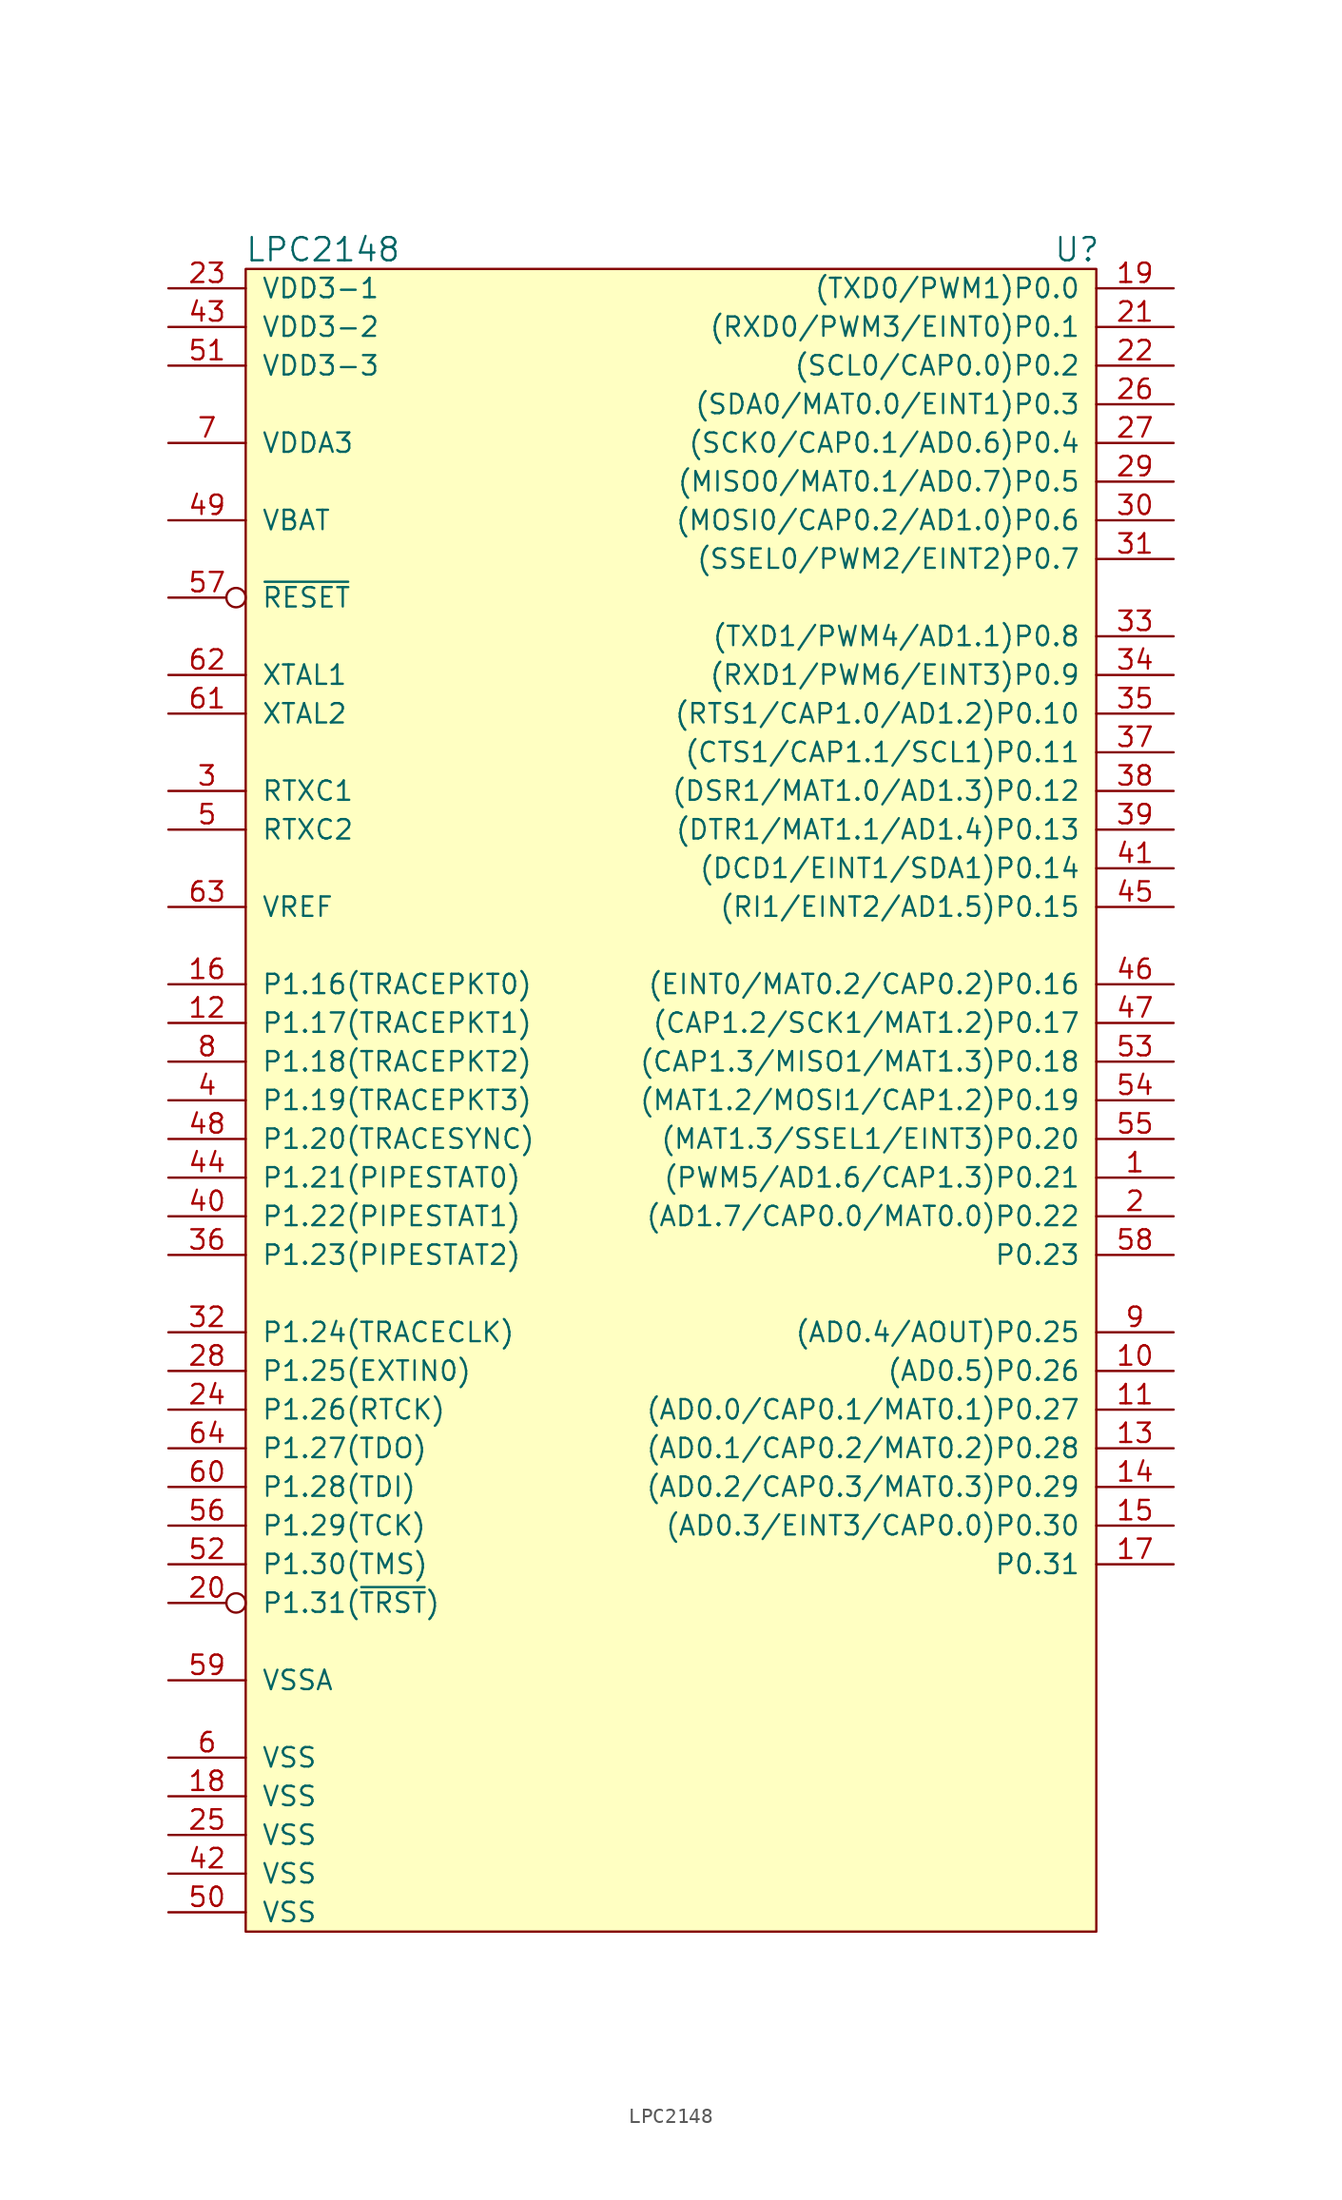
<source format=kicad_sym>
(kicad_symbol_lib
  (version 20211014)
  (generator kicad_symbol_editor)
  (symbol "LPC2148"
    (pin_names
      (offset 1.016))
    (property "Reference" "U"
      (at 59.69 35.56 0)
      (effects (font (size 1.524 1.524))))
    (property "Value" "LPC2148"
      (at 10.16 35.56 0)
      (effects (font (size 1.524 1.524))))
    (symbol "LPC2148_0_1"
      (rectangle (start 5.08 34.29) (end 60.96 -74.93) (stroke (width 0) (type default) (color 0 0 0 0)) (fill (type background))))
    (symbol "LPC2148_1_1"
      (pin bidirectional line (at 66.04 -25.4 180) (length 5.08) (name "(PWM5/AD1.6/CAP1.3)P0.21" (effects (font (size 1.27 1.27)))) (number "1" (effects (font (size 1.27 1.27)))))
      (pin bidirectional line (at 66.04 -38.1 180) (length 5.08) (name "(AD0.5)P0.26" (effects (font (size 1.27 1.27)))) (number "10" (effects (font (size 1.27 1.27)))))
      (pin bidirectional line (at 66.04 -40.64 180) (length 5.08) (name "(AD0.0/CAP0.1/MAT0.1)P0.27" (effects (font (size 1.27 1.27)))) (number "11" (effects (font (size 1.27 1.27)))))
      (pin bidirectional line (at 0 -15.24 0) (length 5.08) (name "P1.17(TRACEPKT1)" (effects (font (size 1.27 1.27)))) (number "12" (effects (font (size 1.27 1.27)))))
      (pin bidirectional line (at 66.04 -43.18 180) (length 5.08) (name "(AD0.1/CAP0.2/MAT0.2)P0.28" (effects (font (size 1.27 1.27)))) (number "13" (effects (font (size 1.27 1.27)))))
      (pin bidirectional line (at 66.04 -45.72 180) (length 5.08) (name "(AD0.2/CAP0.3/MAT0.3)P0.29" (effects (font (size 1.27 1.27)))) (number "14" (effects (font (size 1.27 1.27)))))
      (pin bidirectional line (at 66.04 -48.26 180) (length 5.08) (name "(AD0.3/EINT3/CAP0.0)P0.30" (effects (font (size 1.27 1.27)))) (number "15" (effects (font (size 1.27 1.27)))))
      (pin bidirectional line (at 0 -12.7 0) (length 5.08) (name "P1.16(TRACEPKT0)" (effects (font (size 1.27 1.27)))) (number "16" (effects (font (size 1.27 1.27)))))
      (pin bidirectional line (at 66.04 -50.8 180) (length 5.08) (name "P0.31" (effects (font (size 1.27 1.27)))) (number "17" (effects (font (size 1.27 1.27)))))
      (pin power_in line (at 0 -66.04 0) (length 5.08) (name "VSS" (effects (font (size 1.27 1.27)))) (number "18" (effects (font (size 1.27 1.27)))))
      (pin bidirectional line (at 66.04 33.02 180) (length 5.08) (name "(TXD0/PWM1)P0.0" (effects (font (size 1.27 1.27)))) (number "19" (effects (font (size 1.27 1.27)))))
      (pin bidirectional line (at 66.04 -27.94 180) (length 5.08) (name "(AD1.7/CAP0.0/MAT0.0)P0.22" (effects (font (size 1.27 1.27)))) (number "2" (effects (font (size 1.27 1.27)))))
      (pin bidirectional inverted (at 0 -53.34 0) (length 5.08) (name "P1.31(~{TRST})" (effects (font (size 1.27 1.27)))) (number "20" (effects (font (size 1.27 1.27)))))
      (pin bidirectional line (at 66.04 30.48 180) (length 5.08) (name "(RXD0/PWM3/EINT0)P0.1" (effects (font (size 1.27 1.27)))) (number "21" (effects (font (size 1.27 1.27)))))
      (pin bidirectional line (at 66.04 27.94 180) (length 5.08) (name "(SCL0/CAP0.0)P0.2" (effects (font (size 1.27 1.27)))) (number "22" (effects (font (size 1.27 1.27)))))
      (pin power_in line (at 0 33.02 0) (length 5.08) (name "VDD3-1" (effects (font (size 1.27 1.27)))) (number "23" (effects (font (size 1.27 1.27)))))
      (pin bidirectional line (at 0 -40.64 0) (length 5.08) (name "P1.26(RTCK)" (effects (font (size 1.27 1.27)))) (number "24" (effects (font (size 1.27 1.27)))))
      (pin power_in line (at 0 -68.58 0) (length 5.08) (name "VSS" (effects (font (size 1.27 1.27)))) (number "25" (effects (font (size 1.27 1.27)))))
      (pin bidirectional line (at 66.04 25.4 180) (length 5.08) (name "(SDA0/MAT0.0/EINT1)P0.3" (effects (font (size 1.27 1.27)))) (number "26" (effects (font (size 1.27 1.27)))))
      (pin bidirectional line (at 66.04 22.86 180) (length 5.08) (name "(SCK0/CAP0.1/AD0.6)P0.4" (effects (font (size 1.27 1.27)))) (number "27" (effects (font (size 1.27 1.27)))))
      (pin bidirectional line (at 0 -38.1 0) (length 5.08) (name "P1.25(EXTIN0)" (effects (font (size 1.27 1.27)))) (number "28" (effects (font (size 1.27 1.27)))))
      (pin bidirectional line (at 66.04 20.32 180) (length 5.08) (name "(MISO0/MAT0.1/AD0.7)P0.5" (effects (font (size 1.27 1.27)))) (number "29" (effects (font (size 1.27 1.27)))))
      (pin input line (at 0 0 0) (length 5.08) (name "RTXC1" (effects (font (size 1.27 1.27)))) (number "3" (effects (font (size 1.27 1.27)))))
      (pin bidirectional line (at 66.04 17.78 180) (length 5.08) (name "(MOSI0/CAP0.2/AD1.0)P0.6" (effects (font (size 1.27 1.27)))) (number "30" (effects (font (size 1.27 1.27)))))
      (pin bidirectional line (at 66.04 15.24 180) (length 5.08) (name "(SSEL0/PWM2/EINT2)P0.7" (effects (font (size 1.27 1.27)))) (number "31" (effects (font (size 1.27 1.27)))))
      (pin bidirectional line (at 0 -35.56 0) (length 5.08) (name "P1.24(TRACECLK)" (effects (font (size 1.27 1.27)))) (number "32" (effects (font (size 1.27 1.27)))))
      (pin bidirectional line (at 66.04 10.16 180) (length 5.08) (name "(TXD1/PWM4/AD1.1)P0.8" (effects (font (size 1.27 1.27)))) (number "33" (effects (font (size 1.27 1.27)))))
      (pin bidirectional line (at 66.04 7.62 180) (length 5.08) (name "(RXD1/PWM6/EINT3)P0.9" (effects (font (size 1.27 1.27)))) (number "34" (effects (font (size 1.27 1.27)))))
      (pin bidirectional line (at 66.04 5.08 180) (length 5.08) (name "(RTS1/CAP1.0/AD1.2)P0.10" (effects (font (size 1.27 1.27)))) (number "35" (effects (font (size 1.27 1.27)))))
      (pin bidirectional line (at 0 -30.48 0) (length 5.08) (name "P1.23(PIPESTAT2)" (effects (font (size 1.27 1.27)))) (number "36" (effects (font (size 1.27 1.27)))))
      (pin bidirectional line (at 66.04 2.54 180) (length 5.08) (name "(CTS1/CAP1.1/SCL1)P0.11" (effects (font (size 1.27 1.27)))) (number "37" (effects (font (size 1.27 1.27)))))
      (pin bidirectional line (at 66.04 0 180) (length 5.08) (name "(DSR1/MAT1.0/AD1.3)P0.12" (effects (font (size 1.27 1.27)))) (number "38" (effects (font (size 1.27 1.27)))))
      (pin bidirectional line (at 66.04 -2.54 180) (length 5.08) (name "(DTR1/MAT1.1/AD1.4)P0.13" (effects (font (size 1.27 1.27)))) (number "39" (effects (font (size 1.27 1.27)))))
      (pin bidirectional line (at 0 -20.32 0) (length 5.08) (name "P1.19(TRACEPKT3)" (effects (font (size 1.27 1.27)))) (number "4" (effects (font (size 1.27 1.27)))))
      (pin bidirectional line (at 0 -27.94 0) (length 5.08) (name "P1.22(PIPESTAT1)" (effects (font (size 1.27 1.27)))) (number "40" (effects (font (size 1.27 1.27)))))
      (pin bidirectional line (at 66.04 -5.08 180) (length 5.08) (name "(DCD1/EINT1/SDA1)P0.14" (effects (font (size 1.27 1.27)))) (number "41" (effects (font (size 1.27 1.27)))))
      (pin power_in line (at 0 -71.12 0) (length 5.08) (name "VSS" (effects (font (size 1.27 1.27)))) (number "42" (effects (font (size 1.27 1.27)))))
      (pin power_in line (at 0 30.48 0) (length 5.08) (name "VDD3-2" (effects (font (size 1.27 1.27)))) (number "43" (effects (font (size 1.27 1.27)))))
      (pin bidirectional line (at 0 -25.4 0) (length 5.08) (name "P1.21(PIPESTAT0)" (effects (font (size 1.27 1.27)))) (number "44" (effects (font (size 1.27 1.27)))))
      (pin bidirectional line (at 66.04 -7.62 180) (length 5.08) (name "(RI1/EINT2/AD1.5)P0.15" (effects (font (size 1.27 1.27)))) (number "45" (effects (font (size 1.27 1.27)))))
      (pin bidirectional line (at 66.04 -12.7 180) (length 5.08) (name "(EINT0/MAT0.2/CAP0.2)P0.16" (effects (font (size 1.27 1.27)))) (number "46" (effects (font (size 1.27 1.27)))))
      (pin bidirectional line (at 66.04 -15.24 180) (length 5.08) (name "(CAP1.2/SCK1/MAT1.2)P0.17" (effects (font (size 1.27 1.27)))) (number "47" (effects (font (size 1.27 1.27)))))
      (pin bidirectional line (at 0 -22.86 0) (length 5.08) (name "P1.20(TRACESYNC)" (effects (font (size 1.27 1.27)))) (number "48" (effects (font (size 1.27 1.27)))))
      (pin power_in line (at 0 17.78 0) (length 5.08) (name "VBAT" (effects (font (size 1.27 1.27)))) (number "49" (effects (font (size 1.27 1.27)))))
      (pin output line (at 0 -2.54 0) (length 5.08) (name "RTXC2" (effects (font (size 1.27 1.27)))) (number "5" (effects (font (size 1.27 1.27)))))
      (pin power_in line (at 0 -73.66 0) (length 5.08) (name "VSS" (effects (font (size 1.27 1.27)))) (number "50" (effects (font (size 1.27 1.27)))))
      (pin power_in line (at 0 27.94 0) (length 5.08) (name "VDD3-3" (effects (font (size 1.27 1.27)))) (number "51" (effects (font (size 1.27 1.27)))))
      (pin bidirectional line (at 0 -50.8 0) (length 5.08) (name "P1.30(TMS)" (effects (font (size 1.27 1.27)))) (number "52" (effects (font (size 1.27 1.27)))))
      (pin bidirectional line (at 66.04 -17.78 180) (length 5.08) (name "(CAP1.3/MISO1/MAT1.3)P0.18" (effects (font (size 1.27 1.27)))) (number "53" (effects (font (size 1.27 1.27)))))
      (pin bidirectional line (at 66.04 -20.32 180) (length 5.08) (name "(MAT1.2/MOSI1/CAP1.2)P0.19" (effects (font (size 1.27 1.27)))) (number "54" (effects (font (size 1.27 1.27)))))
      (pin bidirectional line (at 66.04 -22.86 180) (length 5.08) (name "(MAT1.3/SSEL1/EINT3)P0.20" (effects (font (size 1.27 1.27)))) (number "55" (effects (font (size 1.27 1.27)))))
      (pin bidirectional line (at 0 -48.26 0) (length 5.08) (name "P1.29(TCK)" (effects (font (size 1.27 1.27)))) (number "56" (effects (font (size 1.27 1.27)))))
      (pin bidirectional inverted (at 0 12.7 0) (length 5.08) (name "~{RESET}" (effects (font (size 1.27 1.27)))) (number "57" (effects (font (size 1.27 1.27)))))
      (pin bidirectional line (at 66.04 -30.48 180) (length 5.08) (name "P0.23" (effects (font (size 1.27 1.27)))) (number "58" (effects (font (size 1.27 1.27)))))
      (pin power_in line (at 0 -58.42 0) (length 5.08) (name "VSSA" (effects (font (size 1.27 1.27)))) (number "59" (effects (font (size 1.27 1.27)))))
      (pin power_in line (at 0 -63.5 0) (length 5.08) (name "VSS" (effects (font (size 1.27 1.27)))) (number "6" (effects (font (size 1.27 1.27)))))
      (pin bidirectional line (at 0 -45.72 0) (length 5.08) (name "P1.28(TDI)" (effects (font (size 1.27 1.27)))) (number "60" (effects (font (size 1.27 1.27)))))
      (pin output line (at 0 5.08 0) (length 5.08) (name "XTAL2" (effects (font (size 1.27 1.27)))) (number "61" (effects (font (size 1.27 1.27)))))
      (pin input line (at 0 7.62 0) (length 5.08) (name "XTAL1" (effects (font (size 1.27 1.27)))) (number "62" (effects (font (size 1.27 1.27)))))
      (pin input line (at 0 -7.62 0) (length 5.08) (name "VREF" (effects (font (size 1.27 1.27)))) (number "63" (effects (font (size 1.27 1.27)))))
      (pin bidirectional line (at 0 -43.18 0) (length 5.08) (name "P1.27(TDO)" (effects (font (size 1.27 1.27)))) (number "64" (effects (font (size 1.27 1.27)))))
      (pin power_in line (at 0 22.86 0) (length 5.08) (name "VDDA3" (effects (font (size 1.27 1.27)))) (number "7" (effects (font (size 1.27 1.27)))))
      (pin bidirectional line (at 0 -17.78 0) (length 5.08) (name "P1.18(TRACEPKT2)" (effects (font (size 1.27 1.27)))) (number "8" (effects (font (size 1.27 1.27)))))
      (pin bidirectional line (at 66.04 -35.56 180) (length 5.08) (name "(AD0.4/AOUT)P0.25" (effects (font (size 1.27 1.27)))) (number "9" (effects (font (size 1.27 1.27))))))))
</source>
